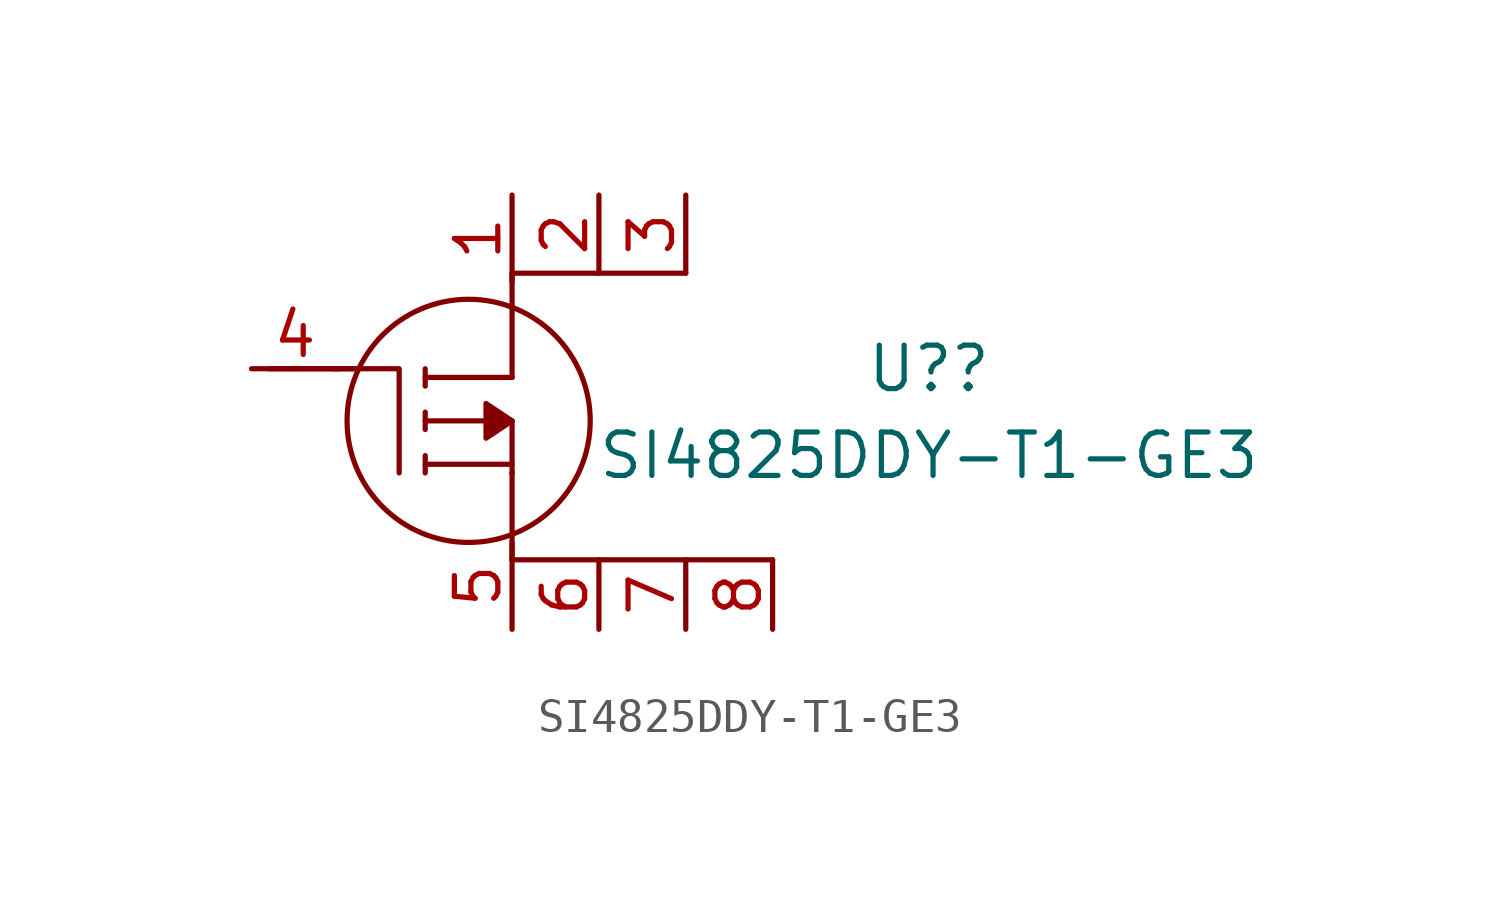
<source format=kicad_sym>
(kicad_symbol_lib
  (version 20241209)
  (generator "kicad_symbol_editor")
  (generator_version "9.0")
  (symbol "SI4825DDY-T1-GE3"
    (property "Reference" "U?"
      (at 19.812 0 0)
      (effects (font (size 1.27 1.27))))
    (property "Value" "SI4825DDY-T1-GE3"
      (at 19.812 -2.54 0)
      (effects (font (size 1.27 1.27))))
    (symbol "SI4825DDY-T1-GE3_0_1"
      (polyline (pts (xy 0.508 0) (xy 1.778 0) (xy 3.048 0)) (stroke (width 0) (type default)) (fill (type none)))
      (polyline (pts (xy 2.413 0) (xy 4.318 0) (xy 4.318 -3.048)) (stroke (width 0) (type default)) (fill (type none)))
      (polyline (pts (xy 5.08 -0.254) (xy 7.62 -0.254)) (stroke (width 0) (type default)) (fill (type none)))
      (polyline (pts (xy 5.08 -0.508) (xy 5.08 0)) (stroke (width 0) (type default)) (fill (type none)))
      (polyline (pts (xy 5.08 -1.778) (xy 5.08 -1.27)) (stroke (width 0) (type default)) (fill (type none)))
      (polyline (pts (xy 5.08 -2.794) (xy 7.62 -2.794)) (stroke (width 0) (type default)) (fill (type none)))
      (polyline (pts (xy 5.08 -3.048) (xy 5.08 -2.54)) (stroke (width 0) (type default)) (fill (type none)))
      (circle (center 6.35 -1.524) (radius 3.556) (stroke (width 0) (type default)) (fill (type none)))
      (polyline (pts (xy 7.62 2.794) (xy 12.7 2.794)) (stroke (width 0) (type default)) (fill (type none)))
      (polyline (pts (xy 7.62 -0.254) (xy 7.62 2.794) (xy 7.62 1.524)) (stroke (width 0) (type default)) (fill (type none)))
      (polyline (pts (xy 7.62 -1.524) (xy 5.08 -1.524)) (stroke (width 0) (type default)) (fill (type none)))
      (polyline (pts (xy 7.62 -1.524) (xy 6.858 -1.016) (xy 6.858 -2.032) (xy 7.62 -1.524)) (stroke (width 0) (type default)) (fill (type outline)))
      (polyline (pts (xy 7.62 -3.048) (xy 7.62 -1.524)) (stroke (width 0) (type default)) (fill (type none)))
      (polyline (pts (xy 7.62 -3.048) (xy 7.62 -3.048)) (stroke (width 0) (type default)) (fill (type none)))
      (polyline (pts (xy 7.62 -3.048) (xy 7.62 -5.588)) (stroke (width 0) (type default)) (fill (type none)))
      (polyline (pts (xy 7.62 -5.588) (xy 7.62 -5.588)) (stroke (width 0) (type default)) (fill (type none)))
      (polyline (pts (xy 7.62 -5.588) (xy 7.62 -5.588)) (stroke (width 0) (type default)) (fill (type none)))
      (polyline (pts (xy 15.24 -5.588) (xy 12.7 -5.588) (xy 10.16 -5.588) (xy 7.62 -5.588)) (stroke (width 0) (type default)) (fill (type none))))
    (symbol "SI4825DDY-T1-GE3_1_1"
      (pin input line (at 0 0 0) (length 2.54) (name "" (effects (font (size 1.27 1.27)))) (number "4" (effects (font (size 1.27 1.27)))))
      (pin input line (at 7.62 5.08 270) (length 2.54) (name "" (effects (font (size 1.27 1.27)))) (number "1" (effects (font (size 1.27 1.27)))))
      (pin input line (at 7.62 -7.62 90) (length 2.54) (name "" (effects (font (size 1.27 1.27)))) (number "5" (effects (font (size 1.27 1.27)))))
      (pin input line (at 10.16 5.08 270) (length 2.286) (name "" (effects (font (size 1.27 1.27)))) (number "2" (effects (font (size 1.27 1.27)))))
      (pin input line (at 10.16 -7.62 90) (length 2.032) (name "" (effects (font (size 1.27 1.27)))) (number "6" (effects (font (size 1.27 1.27)))))
      (pin input line (at 12.7 5.08 270) (length 2.286) (name "" (effects (font (size 1.27 1.27)))) (number "3" (effects (font (size 1.27 1.27)))))
      (pin input line (at 12.7 -7.62 90) (length 2.032) (name "" (effects (font (size 1.27 1.27)))) (number "7" (effects (font (size 1.27 1.27)))))
      (pin input line (at 15.24 -7.62 90) (length 2.032) (name "" (effects (font (size 1.27 1.27)))) (number "8" (effects (font (size 1.27 1.27))))))))
</source>
